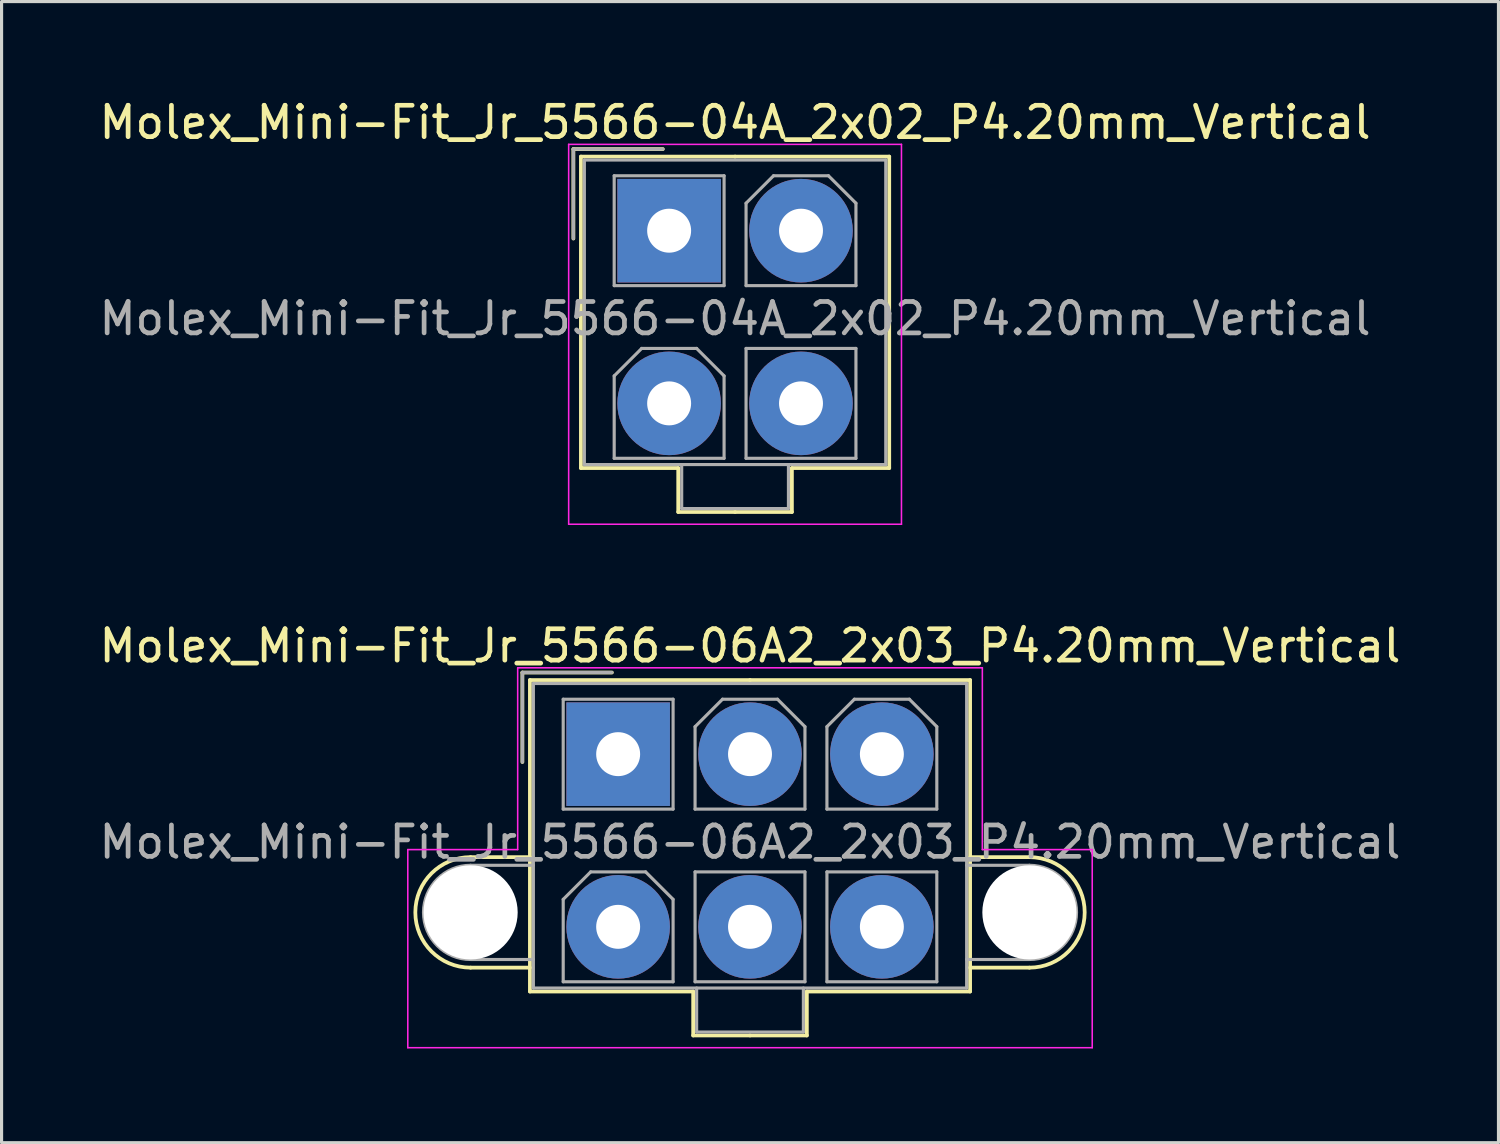
<source format=kicad_pcb>
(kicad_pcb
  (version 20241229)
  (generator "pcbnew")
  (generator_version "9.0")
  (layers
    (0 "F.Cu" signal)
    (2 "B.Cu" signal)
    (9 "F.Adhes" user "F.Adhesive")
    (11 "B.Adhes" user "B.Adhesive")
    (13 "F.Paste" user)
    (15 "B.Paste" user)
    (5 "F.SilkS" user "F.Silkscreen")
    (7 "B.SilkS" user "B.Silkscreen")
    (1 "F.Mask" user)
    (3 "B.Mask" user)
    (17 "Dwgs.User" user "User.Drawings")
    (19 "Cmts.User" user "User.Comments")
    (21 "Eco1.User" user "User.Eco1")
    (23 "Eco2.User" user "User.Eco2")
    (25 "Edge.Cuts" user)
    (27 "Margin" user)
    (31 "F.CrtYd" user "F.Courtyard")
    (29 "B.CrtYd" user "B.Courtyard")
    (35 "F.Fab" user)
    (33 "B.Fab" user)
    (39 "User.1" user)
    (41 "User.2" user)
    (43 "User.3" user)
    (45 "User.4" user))
  (footprint "Molex_Mini-Fit_Jr_5566-04A_2x02_P4.20mm_Vertical"
    (layer "F.Cu")
    (at 18.263 4.298)
    (property "Reference" "Molex_Mini-Fit_Jr_5566-04A_2x02_P4.20mm_Vertical" (at 2.1 -3.45 0) (layer "F.SilkS") (effects (font (size 1 1) (thickness 0.15))))
    (attr through_hole)
    (fp_line (start -3.05 -2.6) (end -3.05 0.25) (stroke (width 0.12) (type solid)) (layer "F.SilkS"))
    (fp_line (start -2.81 -2.36) (end -2.81 7.56) (stroke (width 0.12) (type solid)) (layer "F.SilkS"))
    (fp_line (start -2.81 7.56) (end 0.29 7.56) (stroke (width 0.12) (type solid)) (layer "F.SilkS"))
    (fp_line (start -0.2 -2.6) (end -3.05 -2.6) (stroke (width 0.12) (type solid)) (layer "F.SilkS"))
    (fp_line (start 0.29 7.56) (end 0.29 8.96) (stroke (width 0.12) (type solid)) (layer "F.SilkS"))
    (fp_line (start 0.29 8.96) (end 2.1 8.96) (stroke (width 0.12) (type solid)) (layer "F.SilkS"))
    (fp_line (start 2.1 -2.36) (end -2.81 -2.36) (stroke (width 0.12) (type solid)) (layer "F.SilkS"))
    (fp_line (start 2.1 -2.36) (end 7.01 -2.36) (stroke (width 0.12) (type solid)) (layer "F.SilkS"))
    (fp_line (start 3.91 7.56) (end 3.91 8.96) (stroke (width 0.12) (type solid)) (layer "F.SilkS"))
    (fp_line (start 3.91 8.96) (end 2.1 8.96) (stroke (width 0.12) (type solid)) (layer "F.SilkS"))
    (fp_line (start 7.01 -2.36) (end 7.01 7.56) (stroke (width 0.12) (type solid)) (layer "F.SilkS"))
    (fp_line (start 7.01 7.56) (end 3.91 7.56) (stroke (width 0.12) (type solid)) (layer "F.SilkS"))
    (fp_line (start -3.2 -2.75) (end -3.2 9.35) (stroke (width 0.05) (type solid)) (layer "F.CrtYd"))
    (fp_line (start -3.2 9.35) (end 7.4 9.35) (stroke (width 0.05) (type solid)) (layer "F.CrtYd"))
    (fp_line (start 7.4 -2.75) (end -3.2 -2.75) (stroke (width 0.05) (type solid)) (layer "F.CrtYd"))
    (fp_line (start 7.4 9.35) (end 7.4 -2.75) (stroke (width 0.05) (type solid)) (layer "F.CrtYd"))
    (fp_line (start -3.05 -2.6) (end -3.05 0.25) (stroke (width 0.1) (type solid)) (layer "F.Fab"))
    (fp_line (start -2.7 -2.25) (end -2.7 7.45) (stroke (width 0.1) (type solid)) (layer "F.Fab"))
    (fp_line (start -2.7 7.45) (end 6.9 7.45) (stroke (width 0.1) (type solid)) (layer "F.Fab"))
    (fp_line (start -1.75 -1.75) (end -1.75 1.75) (stroke (width 0.1) (type solid)) (layer "F.Fab"))
    (fp_line (start -1.75 1.75) (end 1.75 1.75) (stroke (width 0.1) (type solid)) (layer "F.Fab"))
    (fp_line (start -1.75 4.625) (end -0.875 3.75) (stroke (width 0.1) (type solid)) (layer "F.Fab"))
    (fp_line (start -1.75 7.25) (end -1.75 4.625) (stroke (width 0.1) (type solid)) (layer "F.Fab"))
    (fp_line (start -0.875 3.75) (end 0.875 3.75) (stroke (width 0.1) (type solid)) (layer "F.Fab"))
    (fp_line (start -0.2 -2.6) (end -3.05 -2.6) (stroke (width 0.1) (type solid)) (layer "F.Fab"))
    (fp_line (start 0.4 7.45) (end 0.4 8.85) (stroke (width 0.1) (type solid)) (layer "F.Fab"))
    (fp_line (start 0.4 8.85) (end 3.8 8.85) (stroke (width 0.1) (type solid)) (layer "F.Fab"))
    (fp_line (start 0.875 3.75) (end 1.75 4.625) (stroke (width 0.1) (type solid)) (layer "F.Fab"))
    (fp_line (start 1.75 -1.75) (end -1.75 -1.75) (stroke (width 0.1) (type solid)) (layer "F.Fab"))
    (fp_line (start 1.75 1.75) (end 1.75 -1.75) (stroke (width 0.1) (type solid)) (layer "F.Fab"))
    (fp_line (start 1.75 4.625) (end 1.75 7.25) (stroke (width 0.1) (type solid)) (layer "F.Fab"))
    (fp_line (start 1.75 7.25) (end -1.75 7.25) (stroke (width 0.1) (type solid)) (layer "F.Fab"))
    (fp_line (start 2.45 -0.875) (end 3.325 -1.75) (stroke (width 0.1) (type solid)) (layer "F.Fab"))
    (fp_line (start 2.45 1.75) (end 2.45 -0.875) (stroke (width 0.1) (type solid)) (layer "F.Fab"))
    (fp_line (start 2.45 3.75) (end 2.45 7.25) (stroke (width 0.1) (type solid)) (layer "F.Fab"))
    (fp_line (start 2.45 7.25) (end 5.95 7.25) (stroke (width 0.1) (type solid)) (layer "F.Fab"))
    (fp_line (start 3.325 -1.75) (end 5.075 -1.75) (stroke (width 0.1) (type solid)) (layer "F.Fab"))
    (fp_line (start 3.8 8.85) (end 3.8 7.45) (stroke (width 0.1) (type solid)) (layer "F.Fab"))
    (fp_line (start 5.075 -1.75) (end 5.95 -0.875) (stroke (width 0.1) (type solid)) (layer "F.Fab"))
    (fp_line (start 5.95 -0.875) (end 5.95 1.75) (stroke (width 0.1) (type solid)) (layer "F.Fab"))
    (fp_line (start 5.95 1.75) (end 2.45 1.75) (stroke (width 0.1) (type solid)) (layer "F.Fab"))
    (fp_line (start 5.95 3.75) (end 2.45 3.75) (stroke (width 0.1) (type solid)) (layer "F.Fab"))
    (fp_line (start 5.95 7.25) (end 5.95 3.75) (stroke (width 0.1) (type solid)) (layer "F.Fab"))
    (fp_line (start 6.9 -2.25) (end -2.7 -2.25) (stroke (width 0.1) (type solid)) (layer "F.Fab"))
    (fp_line (start 6.9 7.45) (end 6.9 -2.25) (stroke (width 0.1) (type solid)) (layer "F.Fab"))
    (fp_text user "${REFERENCE}" (at 2.1 2.8 0) (layer "F.Fab") (effects (font (size 1 1) (thickness 0.15))))
    (pad "1" thru_hole rect (at 0 0) (size 3.3 3.3) (drill 1.4) (layers "*.Cu" "*.Mask"))
    (pad "2" thru_hole circle (at 4.2 0) (size 3.3 3.3) (drill 1.4) (layers "*.Cu" "*.Mask"))
    (pad "3" thru_hole circle (at 0 5.5) (size 3.3 3.3) (drill 1.4) (layers "*.Cu" "*.Mask"))
    (pad "4" thru_hole circle (at 4.2 5.5) (size 3.3 3.3) (drill 1.4) (layers "*.Cu" "*.Mask")))
  (footprint "Molex_Mini-Fit_Jr_5566-06A2_2x03_P4.20mm_Vertical"
    (layer "F.Cu")
    (at 16.639 20.971)
    (property "Reference" "Molex_Mini-Fit_Jr_5566-06A2_2x03_P4.20mm_Vertical" (at 4.2 -3.45 0) (layer "F.SilkS") (effects (font (size 1 1) (thickness 0.15))))
    (attr through_hole)
    (fp_line (start -4.7 3.28) (end -2.81 3.28) (stroke (width 0.12) (type solid)) (layer "F.SilkS"))
    (fp_line (start -4.7 6.8) (end -2.81 6.8) (stroke (width 0.12) (type solid)) (layer "F.SilkS"))
    (fp_line (start -3.05 -2.6) (end -3.05 0.25) (stroke (width 0.12) (type solid)) (layer "F.SilkS"))
    (fp_line (start -2.81 -2.36) (end -2.81 7.56) (stroke (width 0.12) (type solid)) (layer "F.SilkS"))
    (fp_line (start -2.81 7.56) (end 2.39 7.56) (stroke (width 0.12) (type solid)) (layer "F.SilkS"))
    (fp_line (start -0.2 -2.6) (end -3.05 -2.6) (stroke (width 0.12) (type solid)) (layer "F.SilkS"))
    (fp_line (start 2.39 7.56) (end 2.39 8.96) (stroke (width 0.12) (type solid)) (layer "F.SilkS"))
    (fp_line (start 2.39 8.96) (end 4.2 8.96) (stroke (width 0.12) (type solid)) (layer "F.SilkS"))
    (fp_line (start 4.2 -2.36) (end -2.81 -2.36) (stroke (width 0.12) (type solid)) (layer "F.SilkS"))
    (fp_line (start 4.2 -2.36) (end 11.21 -2.36) (stroke (width 0.12) (type solid)) (layer "F.SilkS"))
    (fp_line (start 6.01 7.56) (end 6.01 8.96) (stroke (width 0.12) (type solid)) (layer "F.SilkS"))
    (fp_line (start 6.01 8.96) (end 4.2 8.96) (stroke (width 0.12) (type solid)) (layer "F.SilkS"))
    (fp_line (start 11.21 -2.36) (end 11.21 7.56) (stroke (width 0.12) (type solid)) (layer "F.SilkS"))
    (fp_line (start 11.21 7.56) (end 6.01 7.56) (stroke (width 0.12) (type solid)) (layer "F.SilkS"))
    (fp_line (start 13.1 3.28) (end 11.21 3.28) (stroke (width 0.12) (type solid)) (layer "F.SilkS"))
    (fp_line (start 13.1 6.8) (end 11.21 6.8) (stroke (width 0.12) (type solid)) (layer "F.SilkS"))
    (fp_arc (start -4.7 6.8) (mid -6.46 5.04) (end -4.7 3.28) (stroke (width 0.12) (type solid)) (layer "F.SilkS"))
    (fp_arc (start 13.1 3.28) (mid 14.86 5.04) (end 13.1 6.8) (stroke (width 0.12) (type solid)) (layer "F.SilkS"))
    (fp_line (start -6.7 3.04) (end -6.7 9.35) (stroke (width 0.05) (type solid)) (layer "F.CrtYd"))
    (fp_line (start -6.7 9.35) (end 15.1 9.35) (stroke (width 0.05) (type solid)) (layer "F.CrtYd"))
    (fp_line (start -3.2 -2.75) (end -3.2 3.04) (stroke (width 0.05) (type solid)) (layer "F.CrtYd"))
    (fp_line (start -3.2 3.04) (end -6.7 3.04) (stroke (width 0.05) (type solid)) (layer "F.CrtYd"))
    (fp_line (start 11.6 -2.75) (end -3.2 -2.75) (stroke (width 0.05) (type solid)) (layer "F.CrtYd"))
    (fp_line (start 11.6 3.04) (end 11.6 -2.75) (stroke (width 0.05) (type solid)) (layer "F.CrtYd"))
    (fp_line (start 15.1 3.04) (end 11.6 3.04) (stroke (width 0.05) (type solid)) (layer "F.CrtYd"))
    (fp_line (start 15.1 9.35) (end 15.1 3.04) (stroke (width 0.05) (type solid)) (layer "F.CrtYd"))
    (fp_line (start -4.7 3.54) (end -2.7 3.54) (stroke (width 0.1) (type solid)) (layer "F.Fab"))
    (fp_line (start -4.7 6.54) (end -2.7 6.54) (stroke (width 0.1) (type solid)) (layer "F.Fab"))
    (fp_line (start -3.05 -2.6) (end -3.05 0.25) (stroke (width 0.1) (type solid)) (layer "F.Fab"))
    (fp_line (start -2.7 -2.25) (end -2.7 7.45) (stroke (width 0.1) (type solid)) (layer "F.Fab"))
    (fp_line (start -2.7 7.45) (end 11.1 7.45) (stroke (width 0.1) (type solid)) (layer "F.Fab"))
    (fp_line (start -1.75 -1.75) (end -1.75 1.75) (stroke (width 0.1) (type solid)) (layer "F.Fab"))
    (fp_line (start -1.75 1.75) (end 1.75 1.75) (stroke (width 0.1) (type solid)) (layer "F.Fab"))
    (fp_line (start -1.75 4.625) (end -0.875 3.75) (stroke (width 0.1) (type solid)) (layer "F.Fab"))
    (fp_line (start -1.75 7.25) (end -1.75 4.625) (stroke (width 0.1) (type solid)) (layer "F.Fab"))
    (fp_line (start -0.875 3.75) (end 0.875 3.75) (stroke (width 0.1) (type solid)) (layer "F.Fab"))
    (fp_line (start -0.2 -2.6) (end -3.05 -2.6) (stroke (width 0.1) (type solid)) (layer "F.Fab"))
    (fp_line (start 0.875 3.75) (end 1.75 4.625) (stroke (width 0.1) (type solid)) (layer "F.Fab"))
    (fp_line (start 1.75 -1.75) (end -1.75 -1.75) (stroke (width 0.1) (type solid)) (layer "F.Fab"))
    (fp_line (start 1.75 1.75) (end 1.75 -1.75) (stroke (width 0.1) (type solid)) (layer "F.Fab"))
    (fp_line (start 1.75 4.625) (end 1.75 7.25) (stroke (width 0.1) (type solid)) (layer "F.Fab"))
    (fp_line (start 1.75 7.25) (end -1.75 7.25) (stroke (width 0.1) (type solid)) (layer "F.Fab"))
    (fp_line (start 2.45 -0.875) (end 3.325 -1.75) (stroke (width 0.1) (type solid)) (layer "F.Fab"))
    (fp_line (start 2.45 1.75) (end 2.45 -0.875) (stroke (width 0.1) (type solid)) (layer "F.Fab"))
    (fp_line (start 2.45 3.75) (end 2.45 7.25) (stroke (width 0.1) (type solid)) (layer "F.Fab"))
    (fp_line (start 2.45 7.25) (end 5.95 7.25) (stroke (width 0.1) (type solid)) (layer "F.Fab"))
    (fp_line (start 2.5 7.45) (end 2.5 8.85) (stroke (width 0.1) (type solid)) (layer "F.Fab"))
    (fp_line (start 2.5 8.85) (end 5.9 8.85) (stroke (width 0.1) (type solid)) (layer "F.Fab"))
    (fp_line (start 3.325 -1.75) (end 5.075 -1.75) (stroke (width 0.1) (type solid)) (layer "F.Fab"))
    (fp_line (start 5.075 -1.75) (end 5.95 -0.875) (stroke (width 0.1) (type solid)) (layer "F.Fab"))
    (fp_line (start 5.9 8.85) (end 5.9 7.45) (stroke (width 0.1) (type solid)) (layer "F.Fab"))
    (fp_line (start 5.95 -0.875) (end 5.95 1.75) (stroke (width 0.1) (type solid)) (layer "F.Fab"))
    (fp_line (start 5.95 1.75) (end 2.45 1.75) (stroke (width 0.1) (type solid)) (layer "F.Fab"))
    (fp_line (start 5.95 3.75) (end 2.45 3.75) (stroke (width 0.1) (type solid)) (layer "F.Fab"))
    (fp_line (start 5.95 7.25) (end 5.95 3.75) (stroke (width 0.1) (type solid)) (layer "F.Fab"))
    (fp_line (start 6.65 -0.875) (end 7.525 -1.75) (stroke (width 0.1) (type solid)) (layer "F.Fab"))
    (fp_line (start 6.65 1.75) (end 6.65 -0.875) (stroke (width 0.1) (type solid)) (layer "F.Fab"))
    (fp_line (start 6.65 3.75) (end 6.65 7.25) (stroke (width 0.1) (type solid)) (layer "F.Fab"))
    (fp_line (start 6.65 7.25) (end 10.15 7.25) (stroke (width 0.1) (type solid)) (layer "F.Fab"))
    (fp_line (start 7.525 -1.75) (end 9.275 -1.75) (stroke (width 0.1) (type solid)) (layer "F.Fab"))
    (fp_line (start 9.275 -1.75) (end 10.15 -0.875) (stroke (width 0.1) (type solid)) (layer "F.Fab"))
    (fp_line (start 10.15 -0.875) (end 10.15 1.75) (stroke (width 0.1) (type solid)) (layer "F.Fab"))
    (fp_line (start 10.15 1.75) (end 6.65 1.75) (stroke (width 0.1) (type solid)) (layer "F.Fab"))
    (fp_line (start 10.15 3.75) (end 6.65 3.75) (stroke (width 0.1) (type solid)) (layer "F.Fab"))
    (fp_line (start 10.15 7.25) (end 10.15 3.75) (stroke (width 0.1) (type solid)) (layer "F.Fab"))
    (fp_line (start 11.1 -2.25) (end -2.7 -2.25) (stroke (width 0.1) (type solid)) (layer "F.Fab"))
    (fp_line (start 11.1 7.45) (end 11.1 -2.25) (stroke (width 0.1) (type solid)) (layer "F.Fab"))
    (fp_line (start 13.1 3.54) (end 11.1 3.54) (stroke (width 0.1) (type solid)) (layer "F.Fab"))
    (fp_line (start 13.1 6.54) (end 11.1 6.54) (stroke (width 0.1) (type solid)) (layer "F.Fab"))
    (fp_arc (start -4.7 6.54) (mid -6.2 5.04) (end -4.7 3.54) (stroke (width 0.1) (type solid)) (layer "F.Fab"))
    (fp_arc (start 13.1 3.54) (mid 14.6 5.04) (end 13.1 6.54) (stroke (width 0.1) (type solid)) (layer "F.Fab"))
    (fp_text user "${REFERENCE}" (at 4.2 2.8 0) (layer "F.Fab") (effects (font (size 1 1) (thickness 0.15))))
    (pad "" np_thru_hole circle (at -4.7 5.04) (size 3 3) (drill 3) (layers "*.Cu" "*.Mask"))
    (pad "" np_thru_hole circle (at 13.1 5.04) (size 3 3) (drill 3) (layers "*.Cu" "*.Mask"))
    (pad "1" thru_hole rect (at 0 0) (size 3.3 3.3) (drill 1.4) (layers "*.Cu" "*.Mask"))
    (pad "2" thru_hole circle (at 4.2 0) (size 3.3 3.3) (drill 1.4) (layers "*.Cu" "*.Mask"))
    (pad "3" thru_hole circle (at 8.4 0) (size 3.3 3.3) (drill 1.4) (layers "*.Cu" "*.Mask"))
    (pad "4" thru_hole circle (at 0 5.5) (size 3.3 3.3) (drill 1.4) (layers "*.Cu" "*.Mask"))
    (pad "5" thru_hole circle (at 4.2 5.5) (size 3.3 3.3) (drill 1.4) (layers "*.Cu" "*.Mask"))
    (pad "6" thru_hole circle (at 8.4 5.5) (size 3.3 3.3) (drill 1.4) (layers "*.Cu" "*.Mask")))
  (gr_rect
    (start -3 -3)
    (end 44.679 33.346)
    (stroke (width 0.1) (type default))
    (fill no)
    (layer "Edge.Cuts")))
</source>
